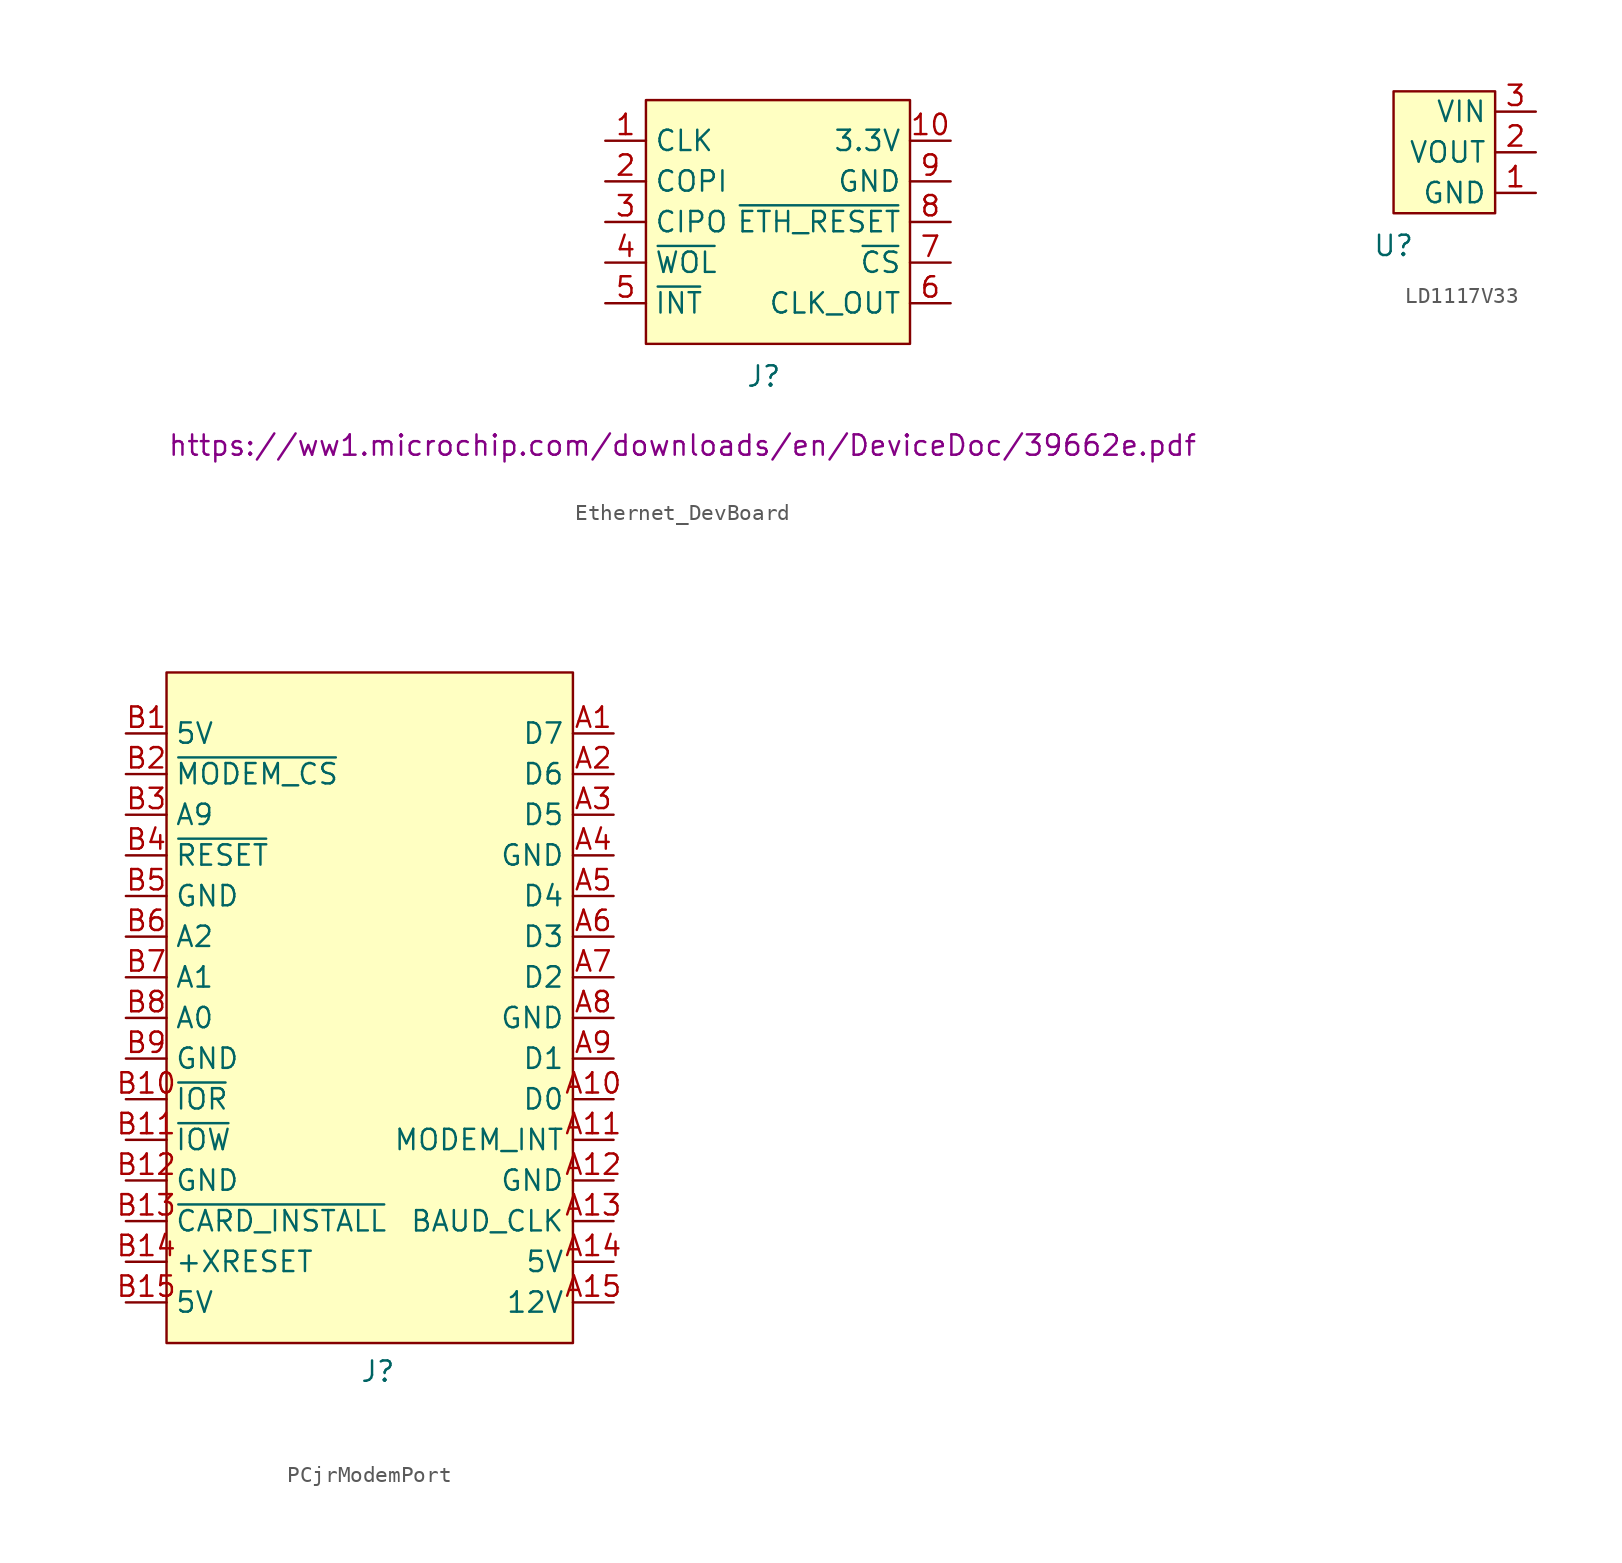
<source format=kicad_sym>
(kicad_symbol_lib
  (version 20231120)
  (generator "kicad_symbol_editor")
  (generator_version "8.0")
  (symbol "Ethernet_DevBoard"
    (property "Reference" "J"
      (at 7.366 -2.032 0)
      (effects (font (size 1.27 1.27))))
    (property "Value" ""
      (at 0 0 0)
      (effects (font (size 1.27 1.27))))
    (property "ControllerSheet" "https://ww1.microchip.com/downloads/en/DeviceDoc/39662e.pdf"
      (at 2.286 -6.35 0)
      (effects (font (size 1.27 1.27))))
    (symbol "Ethernet_DevBoard_0_1"
      (rectangle (start 0 15.24) (end 16.51 0) (stroke (width 0) (type default)) (fill (type background))))
    (symbol "Ethernet_DevBoard_1_1"
      (pin input line (at -2.54 12.7 0) (length 2.54) (name "CLK" (effects (font (size 1.27 1.27)))) (number "1" (effects (font (size 1.27 1.27)))))
      (pin power_in line (at 19.05 12.7 180) (length 2.54) (name "3.3V" (effects (font (size 1.27 1.27)))) (number "10" (effects (font (size 1.27 1.27)))))
      (pin input line (at -2.54 10.16 0) (length 2.54) (name "COPI" (effects (font (size 1.27 1.27)))) (number "2" (effects (font (size 1.27 1.27)))))
      (pin output line (at -2.54 7.62 0) (length 2.54) (name "CIPO" (effects (font (size 1.27 1.27)))) (number "3" (effects (font (size 1.27 1.27)))))
      (pin input line (at -2.54 5.08 0) (length 2.54) (name "~{WOL}" (effects (font (size 1.27 1.27)))) (number "4" (effects (font (size 1.27 1.27)))))
      (pin output line (at -2.54 2.54 0) (length 2.54) (name "~{INT}" (effects (font (size 1.27 1.27)))) (number "5" (effects (font (size 1.27 1.27)))))
      (pin output line (at 19.05 2.54 180) (length 2.54) (name "CLK_OUT" (effects (font (size 1.27 1.27)))) (number "6" (effects (font (size 1.27 1.27)))))
      (pin input line (at 19.05 5.08 180) (length 2.54) (name "~{CS}" (effects (font (size 1.27 1.27)))) (number "7" (effects (font (size 1.27 1.27)))))
      (pin input line (at 19.05 7.62 180) (length 2.54) (name "~{ETH_RESET}" (effects (font (size 1.27 1.27)))) (number "8" (effects (font (size 1.27 1.27)))))
      (pin power_in line (at 19.05 10.16 180) (length 2.54) (name "GND" (effects (font (size 1.27 1.27)))) (number "9" (effects (font (size 1.27 1.27)))))))
  (symbol "LD1117V33"
    (property "Reference" "U"
      (at 0 -2.032 0)
      (effects (font (size 1.27 1.27))))
    (property "Value" ""
      (at 0 0 0)
      (effects (font (size 1.27 1.27))))
    (symbol "LD1117V33_1_1"
      (rectangle (start 0 7.62) (end 6.35 0) (stroke (width 0) (type default)) (fill (type background)))
      (pin power_in line (at 8.89 1.27 180) (length 2.54) (name "GND" (effects (font (size 1.27 1.27)))) (number "1" (effects (font (size 1.27 1.27)))))
      (pin power_in line (at 8.89 3.81 180) (length 2.54) (name "VOUT" (effects (font (size 1.27 1.27)))) (number "2" (effects (font (size 1.27 1.27)))))
      (pin power_in line (at 8.89 6.35 180) (length 2.54) (name "VIN" (effects (font (size 1.27 1.27)))) (number "3" (effects (font (size 1.27 1.27)))))))
  (symbol "PCjrModemPort"
    (property "Reference" "J"
      (at 13.208 -1.778 0)
      (effects (font (size 1.27 1.27))))
    (property "Value" ""
      (at 0 0 0)
      (effects (font (size 1.27 1.27))))
    (symbol "PCjrModemPort_0_1"
      (rectangle (start 0 41.91) (end 25.4 0) (stroke (width 0) (type default)) (fill (type background))))
    (symbol "PCjrModemPort_1_1"
      (pin bidirectional line (at 27.94 38.1 180) (length 2.54) (name "D7" (effects (font (size 1.27 1.27)))) (number "A1" (effects (font (size 1.27 1.27)))))
      (pin bidirectional line (at 27.94 15.24 180) (length 2.54) (name "D0" (effects (font (size 1.27 1.27)))) (number "A10" (effects (font (size 1.27 1.27)))))
      (pin input line (at 27.94 12.7 180) (length 2.54) (name "MODEM_INT" (effects (font (size 1.27 1.27)))) (number "A11" (effects (font (size 1.27 1.27)))))
      (pin power_in line (at 27.94 10.16 180) (length 2.54) (name "GND" (effects (font (size 1.27 1.27)))) (number "A12" (effects (font (size 1.27 1.27)))))
      (pin output line (at 27.94 7.62 180) (length 2.54) (name "BAUD_CLK" (effects (font (size 1.27 1.27)))) (number "A13" (effects (font (size 1.27 1.27)))))
      (pin power_in line (at 27.94 5.08 180) (length 2.54) (name "5V" (effects (font (size 1.27 1.27)))) (number "A14" (effects (font (size 1.27 1.27)))))
      (pin power_in line (at 27.94 2.54 180) (length 2.54) (name "12V" (effects (font (size 1.27 1.27)))) (number "A15" (effects (font (size 1.27 1.27)))))
      (pin bidirectional line (at 27.94 35.56 180) (length 2.54) (name "D6" (effects (font (size 1.27 1.27)))) (number "A2" (effects (font (size 1.27 1.27)))))
      (pin bidirectional line (at 27.94 33.02 180) (length 2.54) (name "D5" (effects (font (size 1.27 1.27)))) (number "A3" (effects (font (size 1.27 1.27)))))
      (pin power_in line (at 27.94 30.48 180) (length 2.54) (name "GND" (effects (font (size 1.27 1.27)))) (number "A4" (effects (font (size 1.27 1.27)))))
      (pin bidirectional line (at 27.94 27.94 180) (length 2.54) (name "D4" (effects (font (size 1.27 1.27)))) (number "A5" (effects (font (size 1.27 1.27)))))
      (pin bidirectional line (at 27.94 25.4 180) (length 2.54) (name "D3" (effects (font (size 1.27 1.27)))) (number "A6" (effects (font (size 1.27 1.27)))))
      (pin bidirectional line (at 27.94 22.86 180) (length 2.54) (name "D2" (effects (font (size 1.27 1.27)))) (number "A7" (effects (font (size 1.27 1.27)))))
      (pin power_in line (at 27.94 20.32 180) (length 2.54) (name "GND" (effects (font (size 1.27 1.27)))) (number "A8" (effects (font (size 1.27 1.27)))))
      (pin bidirectional line (at 27.94 17.78 180) (length 2.54) (name "D1" (effects (font (size 1.27 1.27)))) (number "A9" (effects (font (size 1.27 1.27)))))
      (pin power_in line (at -2.54 38.1 0) (length 2.54) (name "5V" (effects (font (size 1.27 1.27)))) (number "B1" (effects (font (size 1.27 1.27)))))
      (pin output line (at -2.54 15.24 0) (length 2.54) (name "~{IOR}" (effects (font (size 1.27 1.27)))) (number "B10" (effects (font (size 1.27 1.27)))))
      (pin output line (at -2.54 12.7 0) (length 2.54) (name "~{IOW}" (effects (font (size 1.27 1.27)))) (number "B11" (effects (font (size 1.27 1.27)))))
      (pin power_in line (at -2.54 10.16 0) (length 2.54) (name "GND" (effects (font (size 1.27 1.27)))) (number "B12" (effects (font (size 1.27 1.27)))))
      (pin bidirectional line (at -2.54 7.62 0) (length 2.54) (name "~{CARD_INSTALL}" (effects (font (size 1.27 1.27)))) (number "B13" (effects (font (size 1.27 1.27)))))
      (pin bidirectional line (at -2.54 5.08 0) (length 2.54) (name "+XRESET" (effects (font (size 1.27 1.27)))) (number "B14" (effects (font (size 1.27 1.27)))))
      (pin power_in line (at -2.54 2.54 0) (length 2.54) (name "5V" (effects (font (size 1.27 1.27)))) (number "B15" (effects (font (size 1.27 1.27)))))
      (pin output line (at -2.54 35.56 0) (length 2.54) (name "~{MODEM_CS}" (effects (font (size 1.27 1.27)))) (number "B2" (effects (font (size 1.27 1.27)))))
      (pin output line (at -2.54 33.02 0) (length 2.54) (name "A9" (effects (font (size 1.27 1.27)))) (number "B3" (effects (font (size 1.27 1.27)))))
      (pin bidirectional line (at -2.54 30.48 0) (length 2.54) (name "~{RESET}" (effects (font (size 1.27 1.27)))) (number "B4" (effects (font (size 1.27 1.27)))))
      (pin power_in line (at -2.54 27.94 0) (length 2.54) (name "GND" (effects (font (size 1.27 1.27)))) (number "B5" (effects (font (size 1.27 1.27)))))
      (pin output line (at -2.54 25.4 0) (length 2.54) (name "A2" (effects (font (size 1.27 1.27)))) (number "B6" (effects (font (size 1.27 1.27)))))
      (pin output line (at -2.54 22.86 0) (length 2.54) (name "A1" (effects (font (size 1.27 1.27)))) (number "B7" (effects (font (size 1.27 1.27)))))
      (pin output line (at -2.54 20.32 0) (length 2.54) (name "A0" (effects (font (size 1.27 1.27)))) (number "B8" (effects (font (size 1.27 1.27)))))
      (pin power_in line (at -2.54 17.78 0) (length 2.54) (name "GND" (effects (font (size 1.27 1.27)))) (number "B9" (effects (font (size 1.27 1.27))))))))
</source>
